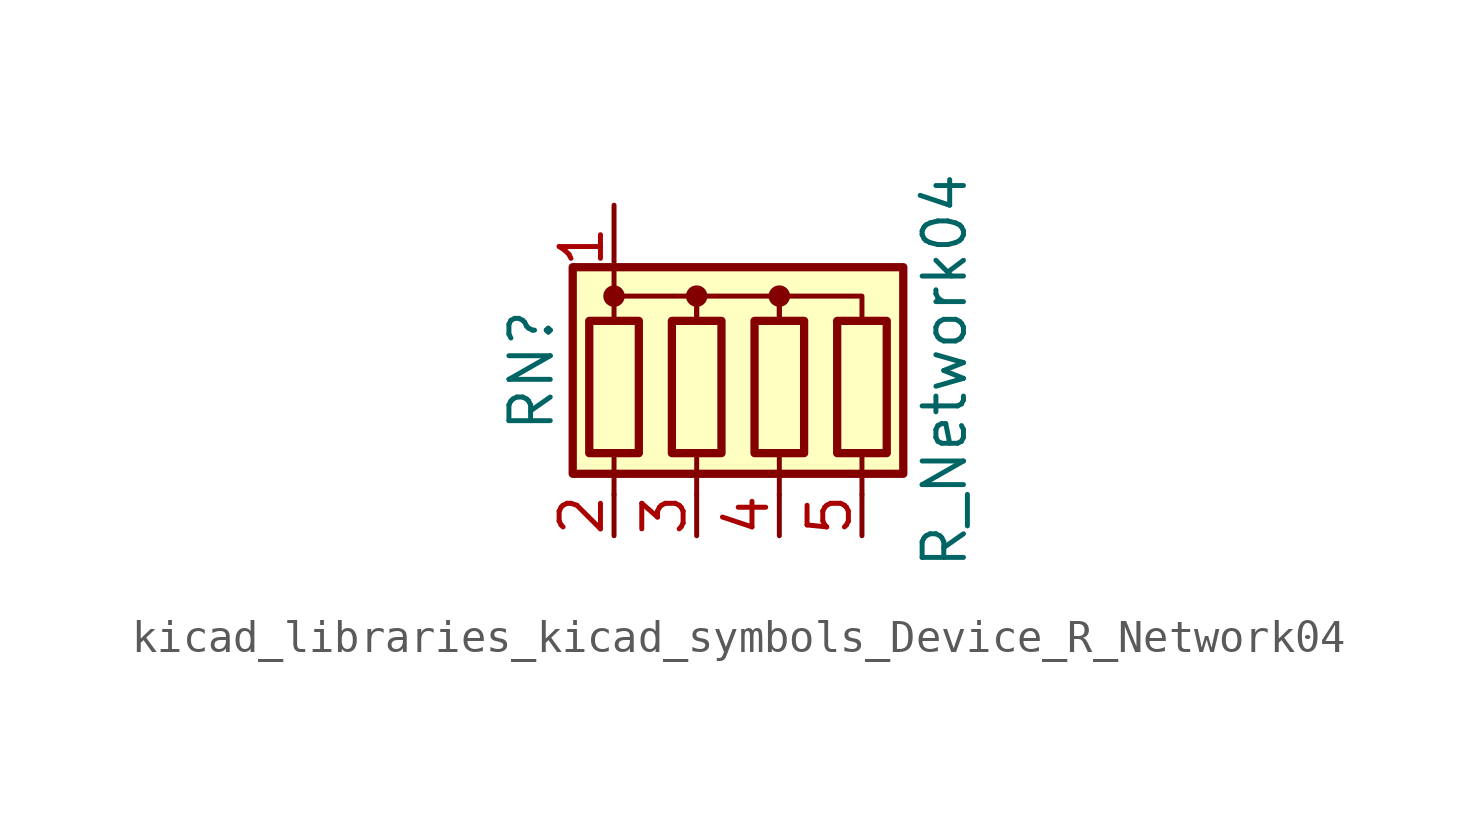
<source format=kicad_sym>
(kicad_symbol_lib
  (version 20220914)
  (generator kicad_symbol_editor)
  (symbol "kicad_libraries_kicad_symbols_Device_R_Network04"
    (pin_names
      (offset 0) hide)
    (property "Reference" "RN"
      (at -7.62 0 90)
      (effects (font (size 1.27 1.27))))
    (property "Value" "R_Network04"
      (at 5.08 0 90)
      (effects (font (size 1.27 1.27))))
    (symbol "kicad_libraries_kicad_symbols_Device_R_Network04_0_1"
      (rectangle (start -6.35 -3.175) (end 3.81 3.175) (stroke (width 0.254) (type default)) (fill (type background)))
      (rectangle (start -5.842 1.524) (end -4.318 -2.54) (stroke (width 0.254) (type default)) (fill (type none)))
      (circle (center -5.08 2.286) (radius 0.254) (stroke (width 0) (type default)) (fill (type outline)))
      (rectangle (start -3.302 1.524) (end -1.778 -2.54) (stroke (width 0.254) (type default)) (fill (type none)))
      (circle (center -2.54 2.286) (radius 0.254) (stroke (width 0) (type default)) (fill (type outline)))
      (rectangle (start -0.762 1.524) (end 0.762 -2.54) (stroke (width 0.254) (type default)) (fill (type none)))
      (polyline (pts (xy -5.08 -2.54) (xy -5.08 -3.81)) (stroke (width 0) (type default)) (fill (type none)))
      (polyline (pts (xy -2.54 -2.54) (xy -2.54 -3.81)) (stroke (width 0) (type default)) (fill (type none)))
      (polyline (pts (xy 0 -2.54) (xy 0 -3.81)) (stroke (width 0) (type default)) (fill (type none)))
      (polyline (pts (xy 2.54 -2.54) (xy 2.54 -3.81)) (stroke (width 0) (type default)) (fill (type none)))
      (polyline (pts (xy -5.08 1.524) (xy -5.08 2.286) (xy -2.54 2.286) (xy -2.54 1.524)) (stroke (width 0) (type default)) (fill (type none)))
      (polyline (pts (xy -2.54 1.524) (xy -2.54 2.286) (xy 0 2.286) (xy 0 1.524)) (stroke (width 0) (type default)) (fill (type none)))
      (polyline (pts (xy 0 1.524) (xy 0 2.286) (xy 2.54 2.286) (xy 2.54 1.524)) (stroke (width 0) (type default)) (fill (type none)))
      (circle (center 0 2.286) (radius 0.254) (stroke (width 0) (type default)) (fill (type outline)))
      (rectangle (start 1.778 1.524) (end 3.302 -2.54) (stroke (width 0.254) (type default)) (fill (type none))))
    (symbol "kicad_libraries_kicad_symbols_Device_R_Network04_1_1"
      (pin passive line (at -5.08 5.08 270) (length 2.54) (name "common" (effects (font (size 1.27 1.27)))) (number "1" (effects (font (size 1.27 1.27)))))
      (pin passive line (at -5.08 -5.08 90) (length 1.27) (name "R1" (effects (font (size 1.27 1.27)))) (number "2" (effects (font (size 1.27 1.27)))))
      (pin passive line (at -2.54 -5.08 90) (length 1.27) (name "R2" (effects (font (size 1.27 1.27)))) (number "3" (effects (font (size 1.27 1.27)))))
      (pin passive line (at 0 -5.08 90) (length 1.27) (name "R3" (effects (font (size 1.27 1.27)))) (number "4" (effects (font (size 1.27 1.27)))))
      (pin passive line (at 2.54 -5.08 90) (length 1.27) (name "R4" (effects (font (size 1.27 1.27)))) (number "5" (effects (font (size 1.27 1.27))))))))
</source>
